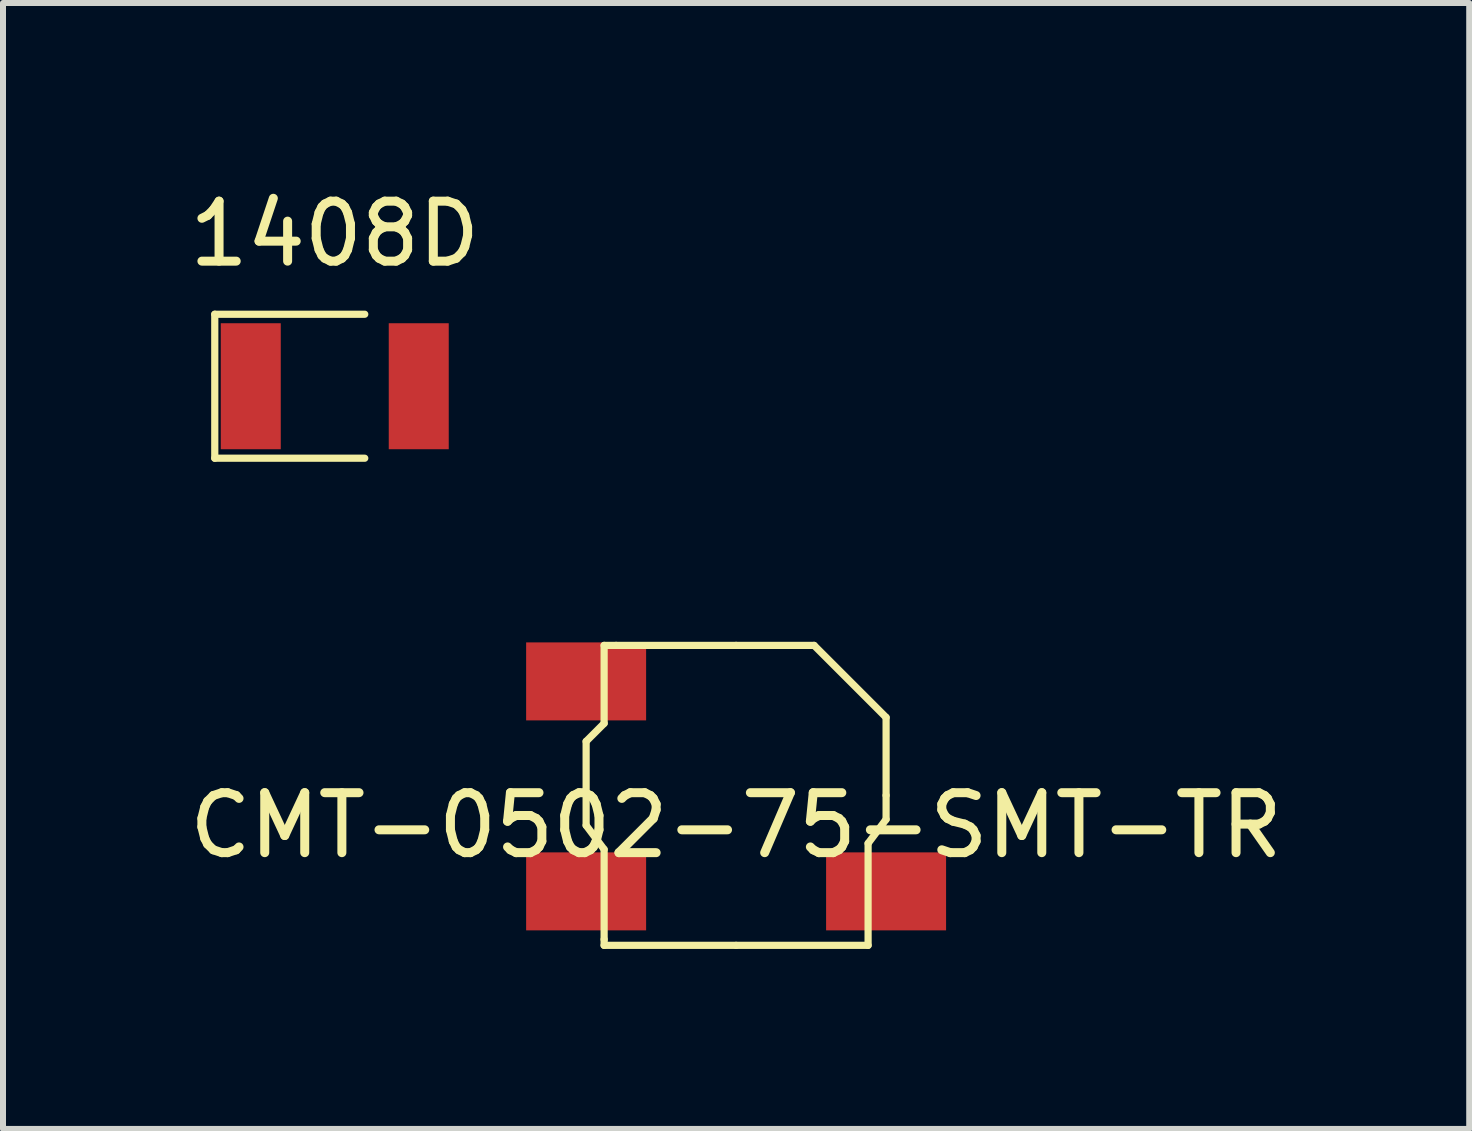
<source format=kicad_pcb>
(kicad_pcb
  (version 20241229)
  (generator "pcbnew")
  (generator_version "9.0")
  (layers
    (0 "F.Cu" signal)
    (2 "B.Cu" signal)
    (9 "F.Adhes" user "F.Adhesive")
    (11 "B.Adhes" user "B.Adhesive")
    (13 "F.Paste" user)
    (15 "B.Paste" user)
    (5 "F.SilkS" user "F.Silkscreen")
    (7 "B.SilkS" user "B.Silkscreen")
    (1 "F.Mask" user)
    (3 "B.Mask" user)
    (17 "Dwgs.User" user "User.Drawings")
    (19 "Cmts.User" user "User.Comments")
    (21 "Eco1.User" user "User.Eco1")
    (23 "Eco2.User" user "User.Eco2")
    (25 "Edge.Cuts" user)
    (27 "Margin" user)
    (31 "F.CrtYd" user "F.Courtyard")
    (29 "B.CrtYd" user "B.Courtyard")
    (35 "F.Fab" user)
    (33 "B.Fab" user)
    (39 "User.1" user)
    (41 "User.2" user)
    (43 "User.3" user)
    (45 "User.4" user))
  (footprint "CMT-0502-75-SMT-TR"
    (layer "F.Cu")
    (at 9.22 10.208)
    (property "Reference" "CMT-0502-75-SMT-TR" (at 0 0.5 0) (layer "F.SilkS") (effects (font (size 1 1) (thickness 0.15))))
    (attr through_hole)
    (fp_line (start -2.5 -0.9) (end -2.2 -1.2) (stroke (width 0.12) (type solid)) (layer "F.SilkS"))
    (fp_line (start -2.5 0) (end -2.5 -0.9) (stroke (width 0.12) (type solid)) (layer "F.SilkS"))
    (fp_line (start -2.5 0) (end -2.5 0.5) (stroke (width 0.12) (type solid)) (layer "F.SilkS"))
    (fp_line (start -2.5 0.5) (end -2.2 0.9) (stroke (width 0.12) (type solid)) (layer "F.SilkS"))
    (fp_line (start -2.2 -2.5) (end -2 -2.5) (stroke (width 0.12) (type solid)) (layer "F.SilkS"))
    (fp_line (start -2.2 -1.2) (end -2.2 -2.5) (stroke (width 0.12) (type solid)) (layer "F.SilkS"))
    (fp_line (start -2.2 0.9) (end -2.2 2.4) (stroke (width 0.12) (type solid)) (layer "F.SilkS"))
    (fp_line (start -2.2 2.5) (end -2.2 2.4) (stroke (width 0.12) (type solid)) (layer "F.SilkS"))
    (fp_line (start 0 -2.5) (end -2 -2.5) (stroke (width 0.12) (type solid)) (layer "F.SilkS"))
    (fp_line (start 0 -2.5) (end 1.3 -2.5) (stroke (width 0.12) (type solid)) (layer "F.SilkS"))
    (fp_line (start 0 2.5) (end -2.2 2.5) (stroke (width 0.12) (type solid)) (layer "F.SilkS"))
    (fp_line (start 1.3 -2.5) (end 2.5 -1.3) (stroke (width 0.12) (type solid)) (layer "F.SilkS"))
    (fp_line (start 2.2 0.8) (end 2.2 2.5) (stroke (width 0.12) (type solid)) (layer "F.SilkS"))
    (fp_line (start 2.2 2.5) (end 0 2.5) (stroke (width 0.12) (type solid)) (layer "F.SilkS"))
    (fp_line (start 2.5 -1.3) (end 2.5 0) (stroke (width 0.12) (type solid)) (layer "F.SilkS"))
    (fp_line (start 2.5 0) (end 2.5 0.4) (stroke (width 0.12) (type solid)) (layer "F.SilkS"))
    (fp_line (start 2.5 0.4) (end 2.2 0.8) (stroke (width 0.12) (type solid)) (layer "F.SilkS"))
    (pad "" smd rect (at -3.5 -1.9) (size 2 1.3) (drill (offset 1 0)) (layers "F.Cu" "F.Mask" "F.Paste"))
    (pad "1" smd rect (at -2.5 1.6) (size 2 1.3) (layers "F.Cu" "F.Mask" "F.Paste"))
    (pad "2" smd rect (at 2.5 1.6) (size 2 1.3) (layers "F.Cu" "F.Mask" "F.Paste")))
  (footprint "1408D"
    (layer "F.Cu")
    (at 2.53 3.388)
    (property "Reference" "1408D" (at 0 -2.54 0) (layer "F.SilkS") (effects (font (size 1 1) (thickness 0.15))))
    (attr through_hole)
    (fp_line (start -2 -1.2) (end -2 1.2) (stroke (width 0.12) (type solid)) (layer "F.SilkS"))
    (fp_line (start -2 1.2) (end 0.5 1.2) (stroke (width 0.12) (type solid)) (layer "F.SilkS"))
    (fp_line (start 0.5 -1.2) (end -2 -1.2) (stroke (width 0.12) (type solid)) (layer "F.SilkS"))
    (pad "1" smd rect (at -1.4 0) (size 1 2.1) (layers "F.Cu" "F.Mask" "F.Paste"))
    (pad "2" smd rect (at 1.4 0) (size 1 2.1) (layers "F.Cu" "F.Mask" "F.Paste")))
  (gr_rect
    (start -3 -3)
    (end 21.44 15.768)
    (stroke (width 0.1) (type default))
    (fill no)
    (layer "Edge.Cuts")))
</source>
